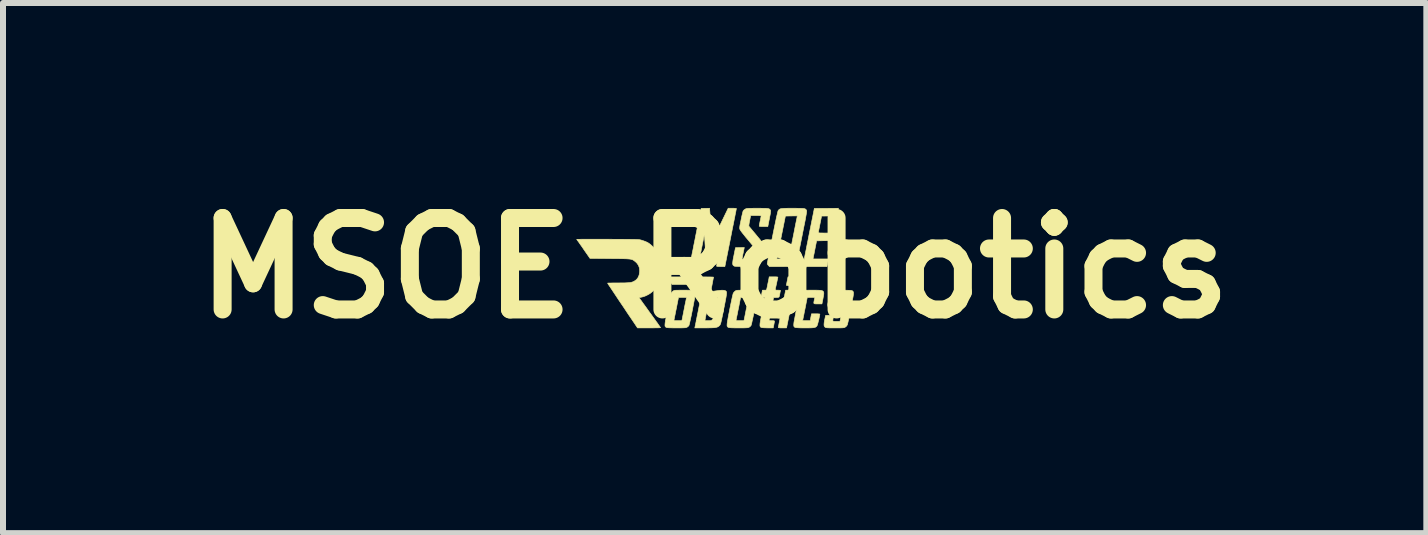
<source format=kicad_pcb>
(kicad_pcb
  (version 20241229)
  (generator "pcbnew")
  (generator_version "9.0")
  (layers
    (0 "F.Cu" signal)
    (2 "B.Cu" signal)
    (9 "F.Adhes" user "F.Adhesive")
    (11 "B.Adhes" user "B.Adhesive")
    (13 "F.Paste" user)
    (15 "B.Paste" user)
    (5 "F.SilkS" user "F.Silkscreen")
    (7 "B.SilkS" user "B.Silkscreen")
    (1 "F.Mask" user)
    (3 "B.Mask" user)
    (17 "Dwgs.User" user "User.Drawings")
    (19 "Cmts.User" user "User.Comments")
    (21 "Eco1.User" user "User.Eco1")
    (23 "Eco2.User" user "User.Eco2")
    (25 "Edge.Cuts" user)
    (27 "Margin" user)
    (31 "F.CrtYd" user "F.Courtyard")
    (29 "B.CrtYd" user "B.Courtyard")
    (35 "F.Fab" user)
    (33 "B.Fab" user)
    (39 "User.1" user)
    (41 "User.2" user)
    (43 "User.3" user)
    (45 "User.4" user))
  (footprint "MSOE Robotics"
    (layer "F.Cu")
    (at 8.861 1.418)
    (property "Reference" "MSOE Robotics" (at 0 0 0) (layer "F.SilkS") (effects (font (size 1.524 1.524) (thickness 0.3))))
    (attr through_hole)
    (fp_poly (pts (xy 1.325 0.146) (xy 1.346 0.147) (xy 1.358 0.148) (xy 1.363 0.151) (xy 1.364 0.155) (xy 1.363 0.16) (xy 1.36 0.173) (xy 1.356 0.194) (xy 1.351 0.22) (xy 1.349 0.233) (xy 1.337 0.292) (xy 1.265 0.292) (xy 1.234 0.292) (xy 1.213 0.291) (xy 1.201 0.29) (xy 1.196 0.287) (xy 1.195 0.283) (xy 1.196 0.278) (xy 1.199 0.265) (xy 1.203 0.244) (xy 1.208 0.218) (xy 1.211 0.205) (xy 1.222 0.146) (xy 1.294 0.146) (xy 1.325 0.146)) (stroke (width 0.01) (type solid)) (fill yes) (layer "F.SilkS"))
    (fp_poly (pts (xy 1.284 0.369) (xy 1.306 0.37) (xy 1.317 0.373) (xy 1.321 0.376) (xy 1.32 0.384) (xy 1.316 0.403) (xy 1.311 0.432) (xy 1.303 0.469) (xy 1.294 0.514) (xy 1.284 0.566) (xy 1.273 0.622) (xy 1.261 0.683) (xy 1.26 0.691) (xy 1.198 0.997) (xy 1.129 0.997) (xy 1.097 0.997) (xy 1.075 0.995) (xy 1.064 0.993) (xy 1.06 0.989) (xy 1.062 0.981) (xy 1.065 0.963) (xy 1.071 0.934) (xy 1.078 0.896) (xy 1.087 0.851) (xy 1.097 0.799) (xy 1.108 0.743) (xy 1.12 0.683) (xy 1.122 0.675) (xy 1.183 0.368) (xy 1.252 0.368) (xy 1.284 0.369)) (stroke (width 0.01) (type solid)) (fill yes) (layer "F.SilkS"))
    (fp_poly (pts (xy 2.049 -0.934) (xy 2.037 -0.87) (xy 1.909 -0.868) (xy 1.782 -0.867) (xy 1.755 -0.733) (xy 1.747 -0.694) (xy 1.74 -0.658) (xy 1.734 -0.628) (xy 1.73 -0.606) (xy 1.728 -0.594) (xy 1.728 -0.592) (xy 1.73 -0.589) (xy 1.741 -0.587) (xy 1.759 -0.585) (xy 1.787 -0.585) (xy 1.827 -0.584) (xy 1.835 -0.584) (xy 1.871 -0.584) (xy 1.901 -0.584) (xy 1.925 -0.583) (xy 1.939 -0.582) (xy 1.943 -0.581) (xy 1.942 -0.574) (xy 1.939 -0.558) (xy 1.935 -0.537) (xy 1.93 -0.513) (xy 1.925 -0.492) (xy 1.922 -0.475) (xy 1.921 -0.472) (xy 1.919 -0.467) (xy 1.916 -0.463) (xy 1.909 -0.46) (xy 1.897 -0.458) (xy 1.877 -0.457) (xy 1.849 -0.456) (xy 1.81 -0.456) (xy 1.808 -0.456) (xy 1.699 -0.454) (xy 1.673 -0.324) (xy 1.665 -0.283) (xy 1.658 -0.246) (xy 1.651 -0.214) (xy 1.646 -0.19) (xy 1.643 -0.175) (xy 1.643 -0.173) (xy 1.639 -0.152) (xy 1.897 -0.152) (xy 1.884 -0.089) (xy 1.871 -0.025) (xy 1.467 -0.025) (xy 1.471 -0.046) (xy 1.473 -0.056) (xy 1.477 -0.076) (xy 1.484 -0.108) (xy 1.492 -0.148) (xy 1.502 -0.197) (xy 1.513 -0.254) (xy 1.526 -0.316) (xy 1.539 -0.384) (xy 1.554 -0.457) (xy 1.568 -0.53) (xy 1.661 -0.994) (xy 1.862 -0.995) (xy 2.062 -0.997) (xy 2.049 -0.934)) (stroke (width 0.01) (type solid)) (fill yes) (layer "F.SilkS"))
    (fp_poly (pts (xy 1.01 0.146) (xy 1.034 0.147) (xy 1.049 0.149) (xy 1.054 0.151) (xy 1.052 0.159) (xy 1.049 0.177) (xy 1.043 0.202) (xy 1.037 0.23) (xy 1.031 0.259) (xy 1.025 0.286) (xy 1.02 0.308) (xy 1.017 0.321) (xy 1.011 0.344) (xy 1.01 0.359) (xy 1.017 0.366) (xy 1.032 0.368) (xy 1.055 0.368) (xy 1.078 0.369) (xy 1.091 0.37) (xy 1.096 0.373) (xy 1.096 0.379) (xy 1.096 0.379) (xy 1.093 0.391) (xy 1.089 0.411) (xy 1.086 0.429) (xy 1.081 0.456) (xy 1.076 0.474) (xy 1.07 0.483) (xy 1.06 0.488) (xy 1.044 0.49) (xy 1.027 0.49) (xy 0.982 0.492) (xy 0.945 0.673) (xy 0.936 0.72) (xy 0.927 0.763) (xy 0.92 0.8) (xy 0.914 0.831) (xy 0.91 0.853) (xy 0.908 0.864) (xy 0.908 0.865) (xy 0.91 0.871) (xy 0.917 0.874) (xy 0.931 0.876) (xy 0.953 0.876) (xy 0.978 0.877) (xy 0.993 0.88) (xy 0.997 0.884) (xy 0.996 0.894) (xy 0.993 0.912) (xy 0.988 0.936) (xy 0.987 0.945) (xy 0.976 0.997) (xy 0.883 0.997) (xy 0.849 0.996) (xy 0.819 0.995) (xy 0.795 0.993) (xy 0.779 0.99) (xy 0.777 0.989) (xy 0.768 0.985) (xy 0.762 0.98) (xy 0.758 0.972) (xy 0.755 0.961) (xy 0.755 0.946) (xy 0.756 0.925) (xy 0.76 0.897) (xy 0.766 0.861) (xy 0.775 0.816) (xy 0.786 0.76) (xy 0.793 0.723) (xy 0.804 0.671) (xy 0.813 0.624) (xy 0.821 0.581) (xy 0.828 0.545) (xy 0.834 0.518) (xy 0.837 0.5) (xy 0.838 0.494) (xy 0.832 0.491) (xy 0.818 0.489) (xy 0.806 0.489) (xy 0.773 0.489) (xy 0.777 0.47) (xy 0.78 0.453) (xy 0.785 0.43) (xy 0.788 0.41) (xy 0.796 0.368) (xy 0.83 0.368) (xy 0.85 0.368) (xy 0.86 0.365) (xy 0.865 0.359) (xy 0.867 0.354) (xy 0.87 0.34) (xy 0.875 0.318) (xy 0.881 0.289) (xy 0.887 0.257) (xy 0.894 0.225) (xy 0.9 0.197) (xy 0.904 0.175) (xy 0.906 0.164) (xy 0.909 0.146) (xy 0.982 0.146) (xy 1.01 0.146)) (stroke (width 0.01) (type solid)) (fill yes) (layer "F.SilkS"))
    (fp_poly (pts (xy 1.359 -0.997) (xy 1.405 -0.996) (xy 1.441 -0.995) (xy 1.469 -0.994) (xy 1.489 -0.992) (xy 1.504 -0.988) (xy 1.514 -0.983) (xy 1.521 -0.977) (xy 1.527 -0.969) (xy 1.53 -0.964) (xy 1.531 -0.96) (xy 1.532 -0.955) (xy 1.533 -0.947) (xy 1.532 -0.936) (xy 1.53 -0.92) (xy 1.527 -0.9) (xy 1.522 -0.873) (xy 1.516 -0.84) (xy 1.509 -0.799) (xy 1.499 -0.749) (xy 1.487 -0.69) (xy 1.473 -0.62) (xy 1.457 -0.539) (xy 1.452 -0.514) (xy 1.433 -0.418) (xy 1.416 -0.335) (xy 1.401 -0.264) (xy 1.389 -0.204) (xy 1.378 -0.155) (xy 1.369 -0.117) (xy 1.362 -0.089) (xy 1.357 -0.071) (xy 1.354 -0.064) (xy 1.346 -0.053) (xy 1.337 -0.045) (xy 1.327 -0.039) (xy 1.314 -0.034) (xy 1.296 -0.03) (xy 1.271 -0.028) (xy 1.24 -0.027) (xy 1.199 -0.026) (xy 1.148 -0.025) (xy 1.106 -0.025) (xy 0.913 -0.025) (xy 0.895 -0.044) (xy 0.883 -0.058) (xy 0.877 -0.072) (xy 0.876 -0.074) (xy 0.878 -0.082) (xy 0.881 -0.102) (xy 0.887 -0.132) (xy 0.891 -0.152) (xy 1.035 -0.152) (xy 1.234 -0.156) (xy 1.302 -0.492) (xy 1.315 -0.556) (xy 1.327 -0.617) (xy 1.338 -0.674) (xy 1.348 -0.725) (xy 1.357 -0.768) (xy 1.364 -0.804) (xy 1.37 -0.83) (xy 1.373 -0.846) (xy 1.373 -0.849) (xy 1.378 -0.87) (xy 1.278 -0.869) (xy 1.179 -0.867) (xy 1.111 -0.53) (xy 1.098 -0.466) (xy 1.086 -0.405) (xy 1.075 -0.348) (xy 1.065 -0.298) (xy 1.056 -0.254) (xy 1.049 -0.218) (xy 1.043 -0.192) (xy 1.04 -0.176) (xy 1.04 -0.173) (xy 1.035 -0.152) (xy 0.891 -0.152) (xy 0.894 -0.171) (xy 0.903 -0.218) (xy 0.914 -0.273) (xy 0.926 -0.334) (xy 0.939 -0.4) (xy 0.953 -0.47) (xy 0.962 -0.514) (xy 0.981 -0.609) (xy 0.998 -0.692) (xy 1.013 -0.763) (xy 1.025 -0.822) (xy 1.036 -0.871) (xy 1.045 -0.908) (xy 1.051 -0.935) (xy 1.056 -0.952) (xy 1.059 -0.959) (xy 1.067 -0.969) (xy 1.076 -0.977) (xy 1.086 -0.984) (xy 1.1 -0.989) (xy 1.119 -0.992) (xy 1.143 -0.994) (xy 1.176 -0.996) (xy 1.217 -0.997) (xy 1.269 -0.997) (xy 1.302 -0.997) (xy 1.359 -0.997)) (stroke (width 0.01) (type solid)) (fill yes) (layer "F.SilkS"))
    (fp_poly (pts (xy -0.065 -0.742) (xy -0.06 -0.685) (xy -0.056 -0.633) (xy -0.051 -0.585) (xy -0.048 -0.544) (xy -0.045 -0.51) (xy -0.042 -0.486) (xy -0.041 -0.472) (xy -0.041 -0.471) (xy -0.038 -0.47) (xy -0.033 -0.476) (xy -0.025 -0.489) (xy -0.014 -0.51) (xy 0.002 -0.539) (xy 0.021 -0.578) (xy 0.045 -0.627) (xy 0.074 -0.686) (xy 0.094 -0.726) (xy 0.225 -0.997) (xy 0.293 -0.997) (xy 0.321 -0.997) (xy 0.344 -0.995) (xy 0.358 -0.994) (xy 0.362 -0.992) (xy 0.361 -0.985) (xy 0.357 -0.967) (xy 0.352 -0.938) (xy 0.344 -0.9) (xy 0.335 -0.853) (xy 0.324 -0.798) (xy 0.312 -0.737) (xy 0.298 -0.67) (xy 0.284 -0.598) (xy 0.269 -0.522) (xy 0.266 -0.506) (xy 0.17 -0.025) (xy 0.101 -0.025) (xy 0.068 -0.026) (xy 0.047 -0.027) (xy 0.036 -0.03) (xy 0.032 -0.033) (xy 0.032 -0.034) (xy 0.033 -0.042) (xy 0.036 -0.061) (xy 0.042 -0.089) (xy 0.049 -0.125) (xy 0.057 -0.167) (xy 0.066 -0.213) (xy 0.076 -0.262) (xy 0.086 -0.312) (xy 0.096 -0.361) (xy 0.106 -0.409) (xy 0.115 -0.452) (xy 0.122 -0.49) (xy 0.129 -0.521) (xy 0.134 -0.543) (xy 0.137 -0.554) (xy 0.137 -0.556) (xy 0.139 -0.564) (xy 0.138 -0.565) (xy 0.134 -0.558) (xy 0.126 -0.542) (xy 0.114 -0.516) (xy 0.098 -0.482) (xy 0.08 -0.442) (xy 0.06 -0.397) (xy 0.037 -0.348) (xy 0.033 -0.339) (xy -0.067 -0.117) (xy -0.107 -0.116) (xy -0.146 -0.114) (xy -0.147 -0.147) (xy -0.147 -0.17) (xy -0.149 -0.2) (xy -0.15 -0.236) (xy -0.153 -0.277) (xy -0.155 -0.32) (xy -0.158 -0.365) (xy -0.161 -0.408) (xy -0.163 -0.448) (xy -0.166 -0.485) (xy -0.168 -0.515) (xy -0.17 -0.537) (xy -0.172 -0.55) (xy -0.173 -0.552) (xy -0.175 -0.544) (xy -0.179 -0.525) (xy -0.185 -0.496) (xy -0.192 -0.459) (xy -0.201 -0.414) (xy -0.211 -0.364) (xy -0.222 -0.31) (xy -0.226 -0.286) (xy -0.277 -0.029) (xy -0.348 -0.027) (xy -0.419 -0.025) (xy -0.415 -0.046) (xy -0.413 -0.055) (xy -0.409 -0.076) (xy -0.402 -0.108) (xy -0.394 -0.148) (xy -0.384 -0.197) (xy -0.373 -0.254) (xy -0.36 -0.316) (xy -0.347 -0.384) (xy -0.332 -0.457) (xy -0.318 -0.53) (xy -0.225 -0.994) (xy -0.155 -0.996) (xy -0.085 -0.997) (xy -0.065 -0.742)) (stroke (width 0.01) (type solid)) (fill yes) (layer "F.SilkS"))
    (fp_poly (pts (xy 1.685 0.368) (xy 1.729 0.369) (xy 1.764 0.371) (xy 1.789 0.376) (xy 1.805 0.384) (xy 1.815 0.397) (xy 1.819 0.414) (xy 1.818 0.437) (xy 1.813 0.467) (xy 1.806 0.505) (xy 1.806 0.506) (xy 1.788 0.597) (xy 1.72 0.597) (xy 1.691 0.597) (xy 1.671 0.596) (xy 1.659 0.593) (xy 1.653 0.585) (xy 1.653 0.571) (xy 1.657 0.548) (xy 1.664 0.516) (xy 1.667 0.503) (xy 1.668 0.497) (xy 1.666 0.493) (xy 1.659 0.49) (xy 1.644 0.489) (xy 1.62 0.489) (xy 1.607 0.489) (xy 1.58 0.489) (xy 1.559 0.49) (xy 1.546 0.49) (xy 1.543 0.491) (xy 1.542 0.497) (xy 1.538 0.515) (xy 1.533 0.541) (xy 1.526 0.576) (xy 1.518 0.617) (xy 1.509 0.663) (xy 1.505 0.683) (xy 1.495 0.73) (xy 1.487 0.773) (xy 1.479 0.81) (xy 1.473 0.841) (xy 1.469 0.862) (xy 1.467 0.873) (xy 1.467 0.874) (xy 1.473 0.875) (xy 1.489 0.876) (xy 1.512 0.876) (xy 1.53 0.876) (xy 1.592 0.876) (xy 1.603 0.819) (xy 1.614 0.762) (xy 1.684 0.762) (xy 1.711 0.762) (xy 1.734 0.764) (xy 1.748 0.765) (xy 1.753 0.767) (xy 1.751 0.781) (xy 1.747 0.804) (xy 1.741 0.832) (xy 1.734 0.864) (xy 1.726 0.895) (xy 1.719 0.923) (xy 1.712 0.945) (xy 1.708 0.958) (xy 1.707 0.959) (xy 1.699 0.97) (xy 1.69 0.979) (xy 1.678 0.986) (xy 1.662 0.99) (xy 1.64 0.994) (xy 1.61 0.996) (xy 1.571 0.997) (xy 1.521 0.997) (xy 1.504 0.997) (xy 1.45 0.997) (xy 1.408 0.996) (xy 1.377 0.994) (xy 1.355 0.992) (xy 1.342 0.99) (xy 1.34 0.989) (xy 1.332 0.984) (xy 1.326 0.979) (xy 1.321 0.972) (xy 1.319 0.962) (xy 1.318 0.948) (xy 1.319 0.928) (xy 1.322 0.902) (xy 1.328 0.869) (xy 1.336 0.827) (xy 1.346 0.774) (xy 1.358 0.711) (xy 1.361 0.693) (xy 1.373 0.638) (xy 1.383 0.585) (xy 1.394 0.537) (xy 1.403 0.495) (xy 1.41 0.461) (xy 1.417 0.436) (xy 1.421 0.421) (xy 1.422 0.419) (xy 1.434 0.401) (xy 1.451 0.384) (xy 1.454 0.383) (xy 1.461 0.378) (xy 1.468 0.375) (xy 1.478 0.372) (xy 1.491 0.37) (xy 1.51 0.369) (xy 1.536 0.369) (xy 1.571 0.368) (xy 1.616 0.368) (xy 1.628 0.368) (xy 1.685 0.368)) (stroke (width 0.01) (type solid)) (fill yes) (layer "F.SilkS"))
    (fp_poly (pts (xy -0.462 0.368) (xy -0.419 0.369) (xy -0.386 0.371) (xy -0.362 0.373) (xy -0.345 0.377) (xy -0.333 0.383) (xy -0.326 0.39) (xy -0.321 0.399) (xy -0.32 0.404) (xy -0.32 0.414) (xy -0.323 0.435) (xy -0.328 0.464) (xy -0.334 0.502) (xy -0.342 0.545) (xy -0.351 0.593) (xy -0.361 0.644) (xy -0.371 0.696) (xy -0.381 0.747) (xy -0.391 0.796) (xy -0.401 0.842) (xy -0.41 0.882) (xy -0.417 0.915) (xy -0.424 0.94) (xy -0.428 0.955) (xy -0.429 0.958) (xy -0.441 0.971) (xy -0.458 0.984) (xy -0.459 0.985) (xy -0.466 0.988) (xy -0.475 0.991) (xy -0.486 0.994) (xy -0.502 0.995) (xy -0.524 0.996) (xy -0.555 0.997) (xy -0.595 0.997) (xy -0.635 0.997) (xy -0.69 0.997) (xy -0.733 0.996) (xy -0.765 0.995) (xy -0.788 0.993) (xy -0.802 0.99) (xy -0.806 0.989) (xy -0.814 0.984) (xy -0.82 0.979) (xy -0.825 0.972) (xy -0.828 0.962) (xy -0.828 0.948) (xy -0.827 0.928) (xy -0.824 0.902) (xy -0.819 0.874) (xy -0.679 0.874) (xy -0.674 0.875) (xy -0.658 0.876) (xy -0.634 0.876) (xy -0.613 0.876) (xy -0.585 0.876) (xy -0.563 0.876) (xy -0.55 0.875) (xy -0.546 0.874) (xy -0.545 0.868) (xy -0.541 0.851) (xy -0.536 0.824) (xy -0.529 0.789) (xy -0.521 0.748) (xy -0.512 0.702) (xy -0.508 0.683) (xy -0.499 0.635) (xy -0.49 0.592) (xy -0.482 0.555) (xy -0.476 0.525) (xy -0.472 0.503) (xy -0.47 0.492) (xy -0.47 0.491) (xy -0.476 0.49) (xy -0.492 0.489) (xy -0.515 0.489) (xy -0.537 0.489) (xy -0.564 0.489) (xy -0.586 0.49) (xy -0.6 0.49) (xy -0.603 0.491) (xy -0.604 0.497) (xy -0.608 0.515) (xy -0.613 0.541) (xy -0.62 0.576) (xy -0.628 0.617) (xy -0.637 0.663) (xy -0.641 0.683) (xy -0.651 0.73) (xy -0.659 0.773) (xy -0.667 0.81) (xy -0.673 0.841) (xy -0.677 0.862) (xy -0.679 0.873) (xy -0.679 0.874) (xy -0.819 0.874) (xy -0.818 0.869) (xy -0.811 0.827) (xy -0.801 0.774) (xy -0.788 0.711) (xy -0.785 0.693) (xy -0.774 0.638) (xy -0.763 0.585) (xy -0.753 0.537) (xy -0.744 0.495) (xy -0.736 0.461) (xy -0.73 0.436) (xy -0.726 0.421) (xy -0.725 0.419) (xy -0.712 0.401) (xy -0.695 0.384) (xy -0.693 0.383) (xy -0.686 0.378) (xy -0.678 0.375) (xy -0.669 0.372) (xy -0.655 0.37) (xy -0.637 0.369) (xy -0.611 0.369) (xy -0.576 0.368) (xy -0.531 0.368) (xy -0.516 0.368) (xy -0.462 0.368)) (stroke (width 0.01) (type solid)) (fill yes) (layer "F.SilkS"))
    (fp_poly (pts (xy 0.573 0.368) (xy 0.616 0.369) (xy 0.649 0.371) (xy 0.673 0.373) (xy 0.69 0.377) (xy 0.702 0.383) (xy 0.709 0.39) (xy 0.714 0.399) (xy 0.715 0.404) (xy 0.715 0.414) (xy 0.712 0.435) (xy 0.707 0.464) (xy 0.701 0.502) (xy 0.693 0.545) (xy 0.684 0.593) (xy 0.674 0.644) (xy 0.664 0.696) (xy 0.654 0.747) (xy 0.644 0.796) (xy 0.634 0.842) (xy 0.625 0.882) (xy 0.618 0.915) (xy 0.611 0.94) (xy 0.607 0.955) (xy 0.606 0.958) (xy 0.594 0.971) (xy 0.577 0.984) (xy 0.576 0.985) (xy 0.569 0.988) (xy 0.56 0.991) (xy 0.549 0.994) (xy 0.533 0.995) (xy 0.511 0.996) (xy 0.48 0.997) (xy 0.44 0.997) (xy 0.4 0.997) (xy 0.345 0.997) (xy 0.302 0.996) (xy 0.27 0.995) (xy 0.247 0.993) (xy 0.233 0.99) (xy 0.229 0.989) (xy 0.221 0.984) (xy 0.215 0.979) (xy 0.21 0.972) (xy 0.207 0.962) (xy 0.207 0.948) (xy 0.208 0.928) (xy 0.211 0.902) (xy 0.216 0.874) (xy 0.356 0.874) (xy 0.362 0.875) (xy 0.378 0.876) (xy 0.401 0.876) (xy 0.422 0.876) (xy 0.45 0.876) (xy 0.472 0.876) (xy 0.485 0.875) (xy 0.489 0.874) (xy 0.49 0.868) (xy 0.494 0.851) (xy 0.499 0.824) (xy 0.506 0.789) (xy 0.514 0.748) (xy 0.523 0.702) (xy 0.527 0.683) (xy 0.537 0.635) (xy 0.545 0.592) (xy 0.553 0.555) (xy 0.559 0.525) (xy 0.563 0.503) (xy 0.565 0.492) (xy 0.565 0.491) (xy 0.559 0.49) (xy 0.543 0.489) (xy 0.52 0.489) (xy 0.498 0.489) (xy 0.471 0.489) (xy 0.449 0.49) (xy 0.435 0.49) (xy 0.432 0.491) (xy 0.431 0.497) (xy 0.427 0.515) (xy 0.422 0.541) (xy 0.415 0.576) (xy 0.407 0.617) (xy 0.398 0.663) (xy 0.394 0.683) (xy 0.384 0.73) (xy 0.376 0.773) (xy 0.368 0.81) (xy 0.362 0.841) (xy 0.358 0.862) (xy 0.356 0.873) (xy 0.356 0.874) (xy 0.216 0.874) (xy 0.217 0.869) (xy 0.224 0.827) (xy 0.234 0.774) (xy 0.247 0.711) (xy 0.25 0.693) (xy 0.261 0.638) (xy 0.272 0.585) (xy 0.282 0.537) (xy 0.291 0.495) (xy 0.299 0.461) (xy 0.305 0.436) (xy 0.309 0.421) (xy 0.31 0.419) (xy 0.323 0.401) (xy 0.34 0.384) (xy 0.342 0.383) (xy 0.349 0.378) (xy 0.357 0.375) (xy 0.366 0.372) (xy 0.38 0.37) (xy 0.398 0.369) (xy 0.424 0.369) (xy 0.459 0.368) (xy 0.504 0.368) (xy 0.519 0.368) (xy 0.573 0.368)) (stroke (width 0.01) (type solid)) (fill yes) (layer "F.SilkS"))
    (fp_poly (pts (xy -0.335 0.146) (xy -0.27 0.146) (xy -0.21 0.147) (xy -0.157 0.147) (xy -0.111 0.148) (xy -0.073 0.148) (xy -0.044 0.149) (xy -0.026 0.15) (xy -0.019 0.151) (xy -0.019 0.151) (xy -0.02 0.158) (xy -0.024 0.176) (xy -0.029 0.202) (xy -0.035 0.235) (xy -0.042 0.272) (xy -0.049 0.308) (xy -0.055 0.34) (xy -0.06 0.366) (xy -0.062 0.383) (xy -0.063 0.39) (xy -0.063 0.39) (xy -0.056 0.39) (xy -0.039 0.388) (xy -0.015 0.385) (xy 0.013 0.381) (xy 0.071 0.373) (xy 0.117 0.369) (xy 0.151 0.37) (xy 0.174 0.375) (xy 0.174 0.375) (xy 0.182 0.38) (xy 0.189 0.384) (xy 0.194 0.391) (xy 0.197 0.4) (xy 0.198 0.413) (xy 0.197 0.432) (xy 0.194 0.456) (xy 0.189 0.489) (xy 0.181 0.529) (xy 0.172 0.579) (xy 0.16 0.64) (xy 0.152 0.677) (xy 0.14 0.741) (xy 0.129 0.793) (xy 0.12 0.836) (xy 0.113 0.869) (xy 0.107 0.895) (xy 0.102 0.915) (xy 0.098 0.929) (xy 0.093 0.94) (xy 0.089 0.947) (xy 0.085 0.953) (xy 0.081 0.957) (xy 0.069 0.968) (xy 0.056 0.977) (xy 0.041 0.984) (xy 0.021 0.989) (xy -0.004 0.993) (xy -0.036 0.995) (xy -0.077 0.996) (xy -0.128 0.997) (xy -0.167 0.997) (xy -0.331 0.997) (xy -0.327 0.979) (xy -0.326 0.97) (xy -0.321 0.949) (xy -0.315 0.919) (xy -0.307 0.879) (xy -0.307 0.876) (xy -0.163 0.876) (xy -0.11 0.876) (xy -0.083 0.876) (xy -0.065 0.874) (xy -0.053 0.87) (xy -0.043 0.863) (xy -0.042 0.862) (xy -0.037 0.857) (xy -0.032 0.85) (xy -0.027 0.839) (xy -0.023 0.823) (xy -0.017 0.801) (xy -0.01 0.771) (xy -0.002 0.732) (xy 0.008 0.682) (xy 0.01 0.673) (xy 0.019 0.628) (xy 0.027 0.587) (xy 0.034 0.551) (xy 0.039 0.523) (xy 0.043 0.503) (xy 0.044 0.494) (xy 0.044 0.494) (xy 0.039 0.492) (xy 0.023 0.49) (xy -0.001 0.489) (xy -0.021 0.489) (xy -0.086 0.489) (xy -0.125 0.683) (xy -0.163 0.876) (xy -0.307 0.876) (xy -0.298 0.832) (xy -0.287 0.778) (xy -0.275 0.719) (xy -0.263 0.656) (xy -0.255 0.618) (xy -0.186 0.273) (xy -0.71 0.273) (xy -0.749 0.213) (xy -0.764 0.189) (xy -0.777 0.169) (xy -0.785 0.155) (xy -0.787 0.15) (xy -0.781 0.149) (xy -0.763 0.148) (xy -0.735 0.148) (xy -0.697 0.147) (xy -0.651 0.147) (xy -0.598 0.147) (xy -0.539 0.146) (xy -0.474 0.146) (xy -0.406 0.146) (xy -0.403 0.146) (xy -0.335 0.146)) (stroke (width 0.01) (type solid)) (fill yes) (layer "F.SilkS"))
    (fp_poly (pts (xy 2.184 0.369) (xy 2.228 0.37) (xy 2.26 0.371) (xy 2.281 0.374) (xy 2.288 0.375) (xy 2.302 0.384) (xy 2.31 0.395) (xy 2.314 0.412) (xy 2.313 0.436) (xy 2.308 0.469) (xy 2.304 0.493) (xy 2.289 0.568) (xy 2.221 0.57) (xy 2.193 0.57) (xy 2.171 0.57) (xy 2.157 0.569) (xy 2.153 0.567) (xy 2.154 0.557) (xy 2.158 0.538) (xy 2.164 0.51) (xy 2.169 0.491) (xy 2.17 0.484) (xy 2.168 0.48) (xy 2.16 0.478) (xy 2.145 0.477) (xy 2.121 0.476) (xy 2.109 0.476) (xy 2.047 0.476) (xy 2.039 0.517) (xy 2.036 0.539) (xy 2.033 0.556) (xy 2.032 0.564) (xy 2.037 0.569) (xy 2.051 0.58) (xy 2.073 0.595) (xy 2.1 0.614) (xy 2.129 0.634) (xy 2.167 0.659) (xy 2.196 0.679) (xy 2.217 0.694) (xy 2.232 0.706) (xy 2.241 0.716) (xy 2.247 0.726) (xy 2.25 0.734) (xy 2.25 0.745) (xy 2.248 0.765) (xy 2.244 0.792) (xy 2.238 0.824) (xy 2.232 0.857) (xy 2.225 0.889) (xy 2.218 0.918) (xy 2.213 0.939) (xy 2.208 0.951) (xy 2.198 0.966) (xy 2.182 0.98) (xy 2.179 0.982) (xy 2.171 0.987) (xy 2.164 0.991) (xy 2.154 0.993) (xy 2.141 0.995) (xy 2.122 0.996) (xy 2.096 0.997) (xy 2.061 0.997) (xy 2.016 0.997) (xy 2.007 0.997) (xy 1.959 0.997) (xy 1.922 0.997) (xy 1.895 0.996) (xy 1.875 0.995) (xy 1.861 0.993) (xy 1.852 0.991) (xy 1.845 0.988) (xy 1.839 0.984) (xy 1.83 0.973) (xy 1.824 0.959) (xy 1.823 0.939) (xy 1.825 0.911) (xy 1.831 0.874) (xy 1.835 0.854) (xy 1.841 0.828) (xy 1.845 0.806) (xy 1.847 0.793) (xy 1.848 0.79) (xy 1.854 0.789) (xy 1.87 0.788) (xy 1.893 0.788) (xy 1.917 0.787) (xy 1.986 0.787) (xy 1.977 0.827) (xy 1.971 0.855) (xy 1.969 0.873) (xy 1.973 0.883) (xy 1.983 0.888) (xy 2.004 0.889) (xy 2.028 0.889) (xy 2.088 0.889) (xy 2.096 0.852) (xy 2.1 0.83) (xy 2.104 0.811) (xy 2.106 0.803) (xy 2.105 0.798) (xy 2.099 0.79) (xy 2.088 0.78) (xy 2.07 0.767) (xy 2.044 0.748) (xy 2.008 0.724) (xy 2.004 0.721) (xy 1.964 0.694) (xy 1.934 0.673) (xy 1.913 0.656) (xy 1.899 0.644) (xy 1.892 0.634) (xy 1.891 0.633) (xy 1.889 0.624) (xy 1.888 0.612) (xy 1.889 0.596) (xy 1.892 0.572) (xy 1.898 0.54) (xy 1.901 0.523) (xy 1.91 0.48) (xy 1.918 0.445) (xy 1.927 0.419) (xy 1.938 0.399) (xy 1.953 0.386) (xy 1.974 0.377) (xy 2.002 0.371) (xy 2.038 0.369) (xy 2.084 0.368) (xy 2.128 0.368) (xy 2.184 0.369)) (stroke (width 0.01) (type solid)) (fill yes) (layer "F.SilkS"))
    (fp_poly (pts (xy 0.769 -0.997) (xy 0.812 -0.996) (xy 0.846 -0.996) (xy 0.872 -0.994) (xy 0.89 -0.992) (xy 0.904 -0.988) (xy 0.913 -0.984) (xy 0.92 -0.978) (xy 0.925 -0.972) (xy 0.929 -0.966) (xy 0.932 -0.959) (xy 0.932 -0.949) (xy 0.931 -0.935) (xy 0.929 -0.914) (xy 0.924 -0.885) (xy 0.916 -0.847) (xy 0.91 -0.814) (xy 0.886 -0.692) (xy 0.815 -0.692) (xy 0.782 -0.692) (xy 0.761 -0.694) (xy 0.748 -0.696) (xy 0.743 -0.699) (xy 0.743 -0.701) (xy 0.744 -0.71) (xy 0.747 -0.729) (xy 0.752 -0.755) (xy 0.758 -0.785) (xy 0.759 -0.787) (xy 0.765 -0.818) (xy 0.77 -0.843) (xy 0.773 -0.862) (xy 0.775 -0.871) (xy 0.775 -0.871) (xy 0.769 -0.873) (xy 0.752 -0.874) (xy 0.728 -0.876) (xy 0.698 -0.876) (xy 0.687 -0.876) (xy 0.6 -0.876) (xy 0.583 -0.789) (xy 0.576 -0.754) (xy 0.572 -0.728) (xy 0.57 -0.711) (xy 0.57 -0.701) (xy 0.573 -0.694) (xy 0.574 -0.693) (xy 0.602 -0.66) (xy 0.632 -0.624) (xy 0.663 -0.587) (xy 0.694 -0.55) (xy 0.723 -0.514) (xy 0.75 -0.482) (xy 0.772 -0.455) (xy 0.79 -0.433) (xy 0.801 -0.419) (xy 0.803 -0.416) (xy 0.813 -0.398) (xy 0.819 -0.38) (xy 0.819 -0.375) (xy 0.818 -0.364) (xy 0.815 -0.343) (xy 0.809 -0.313) (xy 0.803 -0.277) (xy 0.795 -0.237) (xy 0.791 -0.22) (xy 0.781 -0.17) (xy 0.773 -0.129) (xy 0.764 -0.097) (xy 0.754 -0.072) (xy 0.741 -0.054) (xy 0.724 -0.041) (xy 0.701 -0.033) (xy 0.671 -0.028) (xy 0.633 -0.026) (xy 0.585 -0.025) (xy 0.526 -0.026) (xy 0.518 -0.026) (xy 0.456 -0.026) (xy 0.406 -0.027) (xy 0.368 -0.028) (xy 0.342 -0.03) (xy 0.328 -0.032) (xy 0.327 -0.033) (xy 0.316 -0.04) (xy 0.307 -0.048) (xy 0.302 -0.059) (xy 0.3 -0.074) (xy 0.301 -0.094) (xy 0.304 -0.122) (xy 0.31 -0.159) (xy 0.32 -0.206) (xy 0.323 -0.222) (xy 0.347 -0.34) (xy 0.494 -0.343) (xy 0.476 -0.256) (xy 0.469 -0.223) (xy 0.464 -0.194) (xy 0.46 -0.172) (xy 0.458 -0.159) (xy 0.457 -0.157) (xy 0.458 -0.152) (xy 0.462 -0.149) (xy 0.472 -0.148) (xy 0.488 -0.147) (xy 0.513 -0.147) (xy 0.544 -0.147) (xy 0.631 -0.149) (xy 0.65 -0.243) (xy 0.668 -0.336) (xy 0.549 -0.479) (xy 0.515 -0.519) (xy 0.486 -0.556) (xy 0.46 -0.588) (xy 0.44 -0.615) (xy 0.427 -0.634) (xy 0.421 -0.645) (xy 0.418 -0.654) (xy 0.417 -0.665) (xy 0.417 -0.678) (xy 0.419 -0.696) (xy 0.423 -0.721) (xy 0.43 -0.755) (xy 0.439 -0.8) (xy 0.447 -0.84) (xy 0.455 -0.877) (xy 0.463 -0.909) (xy 0.469 -0.934) (xy 0.473 -0.949) (xy 0.474 -0.951) (xy 0.49 -0.97) (xy 0.511 -0.984) (xy 0.519 -0.988) (xy 0.529 -0.991) (xy 0.54 -0.993) (xy 0.556 -0.995) (xy 0.577 -0.996) (xy 0.605 -0.996) (xy 0.642 -0.997) (xy 0.689 -0.997) (xy 0.714 -0.997) (xy 0.769 -0.997)) (stroke (width 0.01) (type solid)) (fill yes) (layer "F.SilkS"))
    (fp_poly (pts (xy -1.899 -0.481) (xy -1.82 -0.481) (xy -1.78 -0.481) (xy -1.686 -0.48) (xy -1.605 -0.48) (xy -1.534 -0.48) (xy -1.474 -0.479) (xy -1.422 -0.479) (xy -1.379 -0.478) (xy -1.344 -0.478) (xy -1.315 -0.477) (xy -1.291 -0.476) (xy -1.273 -0.475) (xy -1.258 -0.474) (xy -1.247 -0.472) (xy -1.237 -0.47) (xy -1.229 -0.468) (xy -1.222 -0.466) (xy -1.219 -0.465) (xy -1.179 -0.452) (xy -1.148 -0.44) (xy -1.123 -0.429) (xy -1.101 -0.416) (xy -1.08 -0.401) (xy -1.056 -0.381) (xy -1.046 -0.372) (xy -0.996 -0.322) (xy -0.956 -0.266) (xy -0.923 -0.201) (xy -0.904 -0.149) (xy -0.897 -0.127) (xy -0.892 -0.108) (xy -0.889 -0.089) (xy -0.887 -0.068) (xy -0.886 -0.041) (xy -0.886 -0.006) (xy -0.886 0.013) (xy -0.887 0.066) (xy -0.889 0.109) (xy -0.894 0.147) (xy -0.903 0.181) (xy -0.915 0.215) (xy -0.931 0.252) (xy -0.934 0.257) (xy -0.96 0.302) (xy -0.994 0.347) (xy -1.033 0.388) (xy -1.074 0.421) (xy -1.079 0.425) (xy -1.114 0.445) (xy -1.153 0.464) (xy -1.192 0.478) (xy -1.227 0.486) (xy -1.233 0.487) (xy -1.263 0.491) (xy -1.25 0.507) (xy -1.243 0.518) (xy -1.229 0.536) (xy -1.211 0.561) (xy -1.19 0.591) (xy -1.169 0.619) (xy -1.145 0.652) (xy -1.116 0.693) (xy -1.084 0.738) (xy -1.05 0.784) (xy -1.017 0.83) (xy -1.001 0.852) (xy -0.975 0.889) (xy -0.951 0.922) (xy -0.931 0.951) (xy -0.915 0.973) (xy -0.905 0.988) (xy -0.902 0.993) (xy -0.902 0.993) (xy -0.908 0.994) (xy -0.925 0.995) (xy -0.952 0.996) (xy -0.987 0.996) (xy -1.028 0.997) (xy -1.075 0.997) (xy -1.094 0.997) (xy -1.286 0.997) (xy -1.336 0.922) (xy -1.378 0.86) (xy -1.421 0.797) (xy -1.464 0.733) (xy -1.506 0.669) (xy -1.548 0.607) (xy -1.588 0.548) (xy -1.626 0.491) (xy -1.661 0.438) (xy -1.693 0.39) (xy -1.721 0.348) (xy -1.745 0.312) (xy -1.764 0.284) (xy -1.777 0.264) (xy -1.783 0.253) (xy -1.784 0.251) (xy -1.778 0.25) (xy -1.761 0.249) (xy -1.735 0.249) (xy -1.7 0.248) (xy -1.659 0.248) (xy -1.614 0.248) (xy -1.61 0.248) (xy -1.55 0.247) (xy -1.5 0.247) (xy -1.461 0.245) (xy -1.428 0.243) (xy -1.403 0.24) (xy -1.381 0.235) (xy -1.363 0.229) (xy -1.346 0.221) (xy -1.34 0.218) (xy -1.303 0.192) (xy -1.277 0.158) (xy -1.259 0.116) (xy -1.251 0.065) (xy -1.25 0.044) (xy -1.255 -0.005) (xy -1.272 -0.049) (xy -1.3 -0.087) (xy -1.323 -0.108) (xy -1.336 -0.118) (xy -1.348 -0.127) (xy -1.359 -0.134) (xy -1.371 -0.14) (xy -1.384 -0.144) (xy -1.4 -0.148) (xy -1.42 -0.151) (xy -1.445 -0.153) (xy -1.477 -0.155) (xy -1.516 -0.156) (xy -1.563 -0.157) (xy -1.62 -0.158) (xy -1.688 -0.158) (xy -1.742 -0.159) (xy -2.078 -0.162) (xy -2.179 -0.307) (xy -2.205 -0.346) (xy -2.23 -0.381) (xy -2.252 -0.412) (xy -2.269 -0.437) (xy -2.282 -0.454) (xy -2.289 -0.463) (xy -2.289 -0.463) (xy -2.297 -0.474) (xy -2.299 -0.479) (xy -2.293 -0.479) (xy -2.275 -0.48) (xy -2.246 -0.48) (xy -2.207 -0.481) (xy -2.16 -0.481) (xy -2.104 -0.481) (xy -2.041 -0.481) (xy -1.973 -0.481) (xy -1.899 -0.481)) (stroke (width 0.01) (type solid)) (fill yes) (layer "F.SilkS")))
  (gr_rect
    (start -3 -3)
    (end 20.722 5.836)
    (stroke (width 0.1) (type default))
    (fill no)
    (layer "Edge.Cuts")))
</source>
